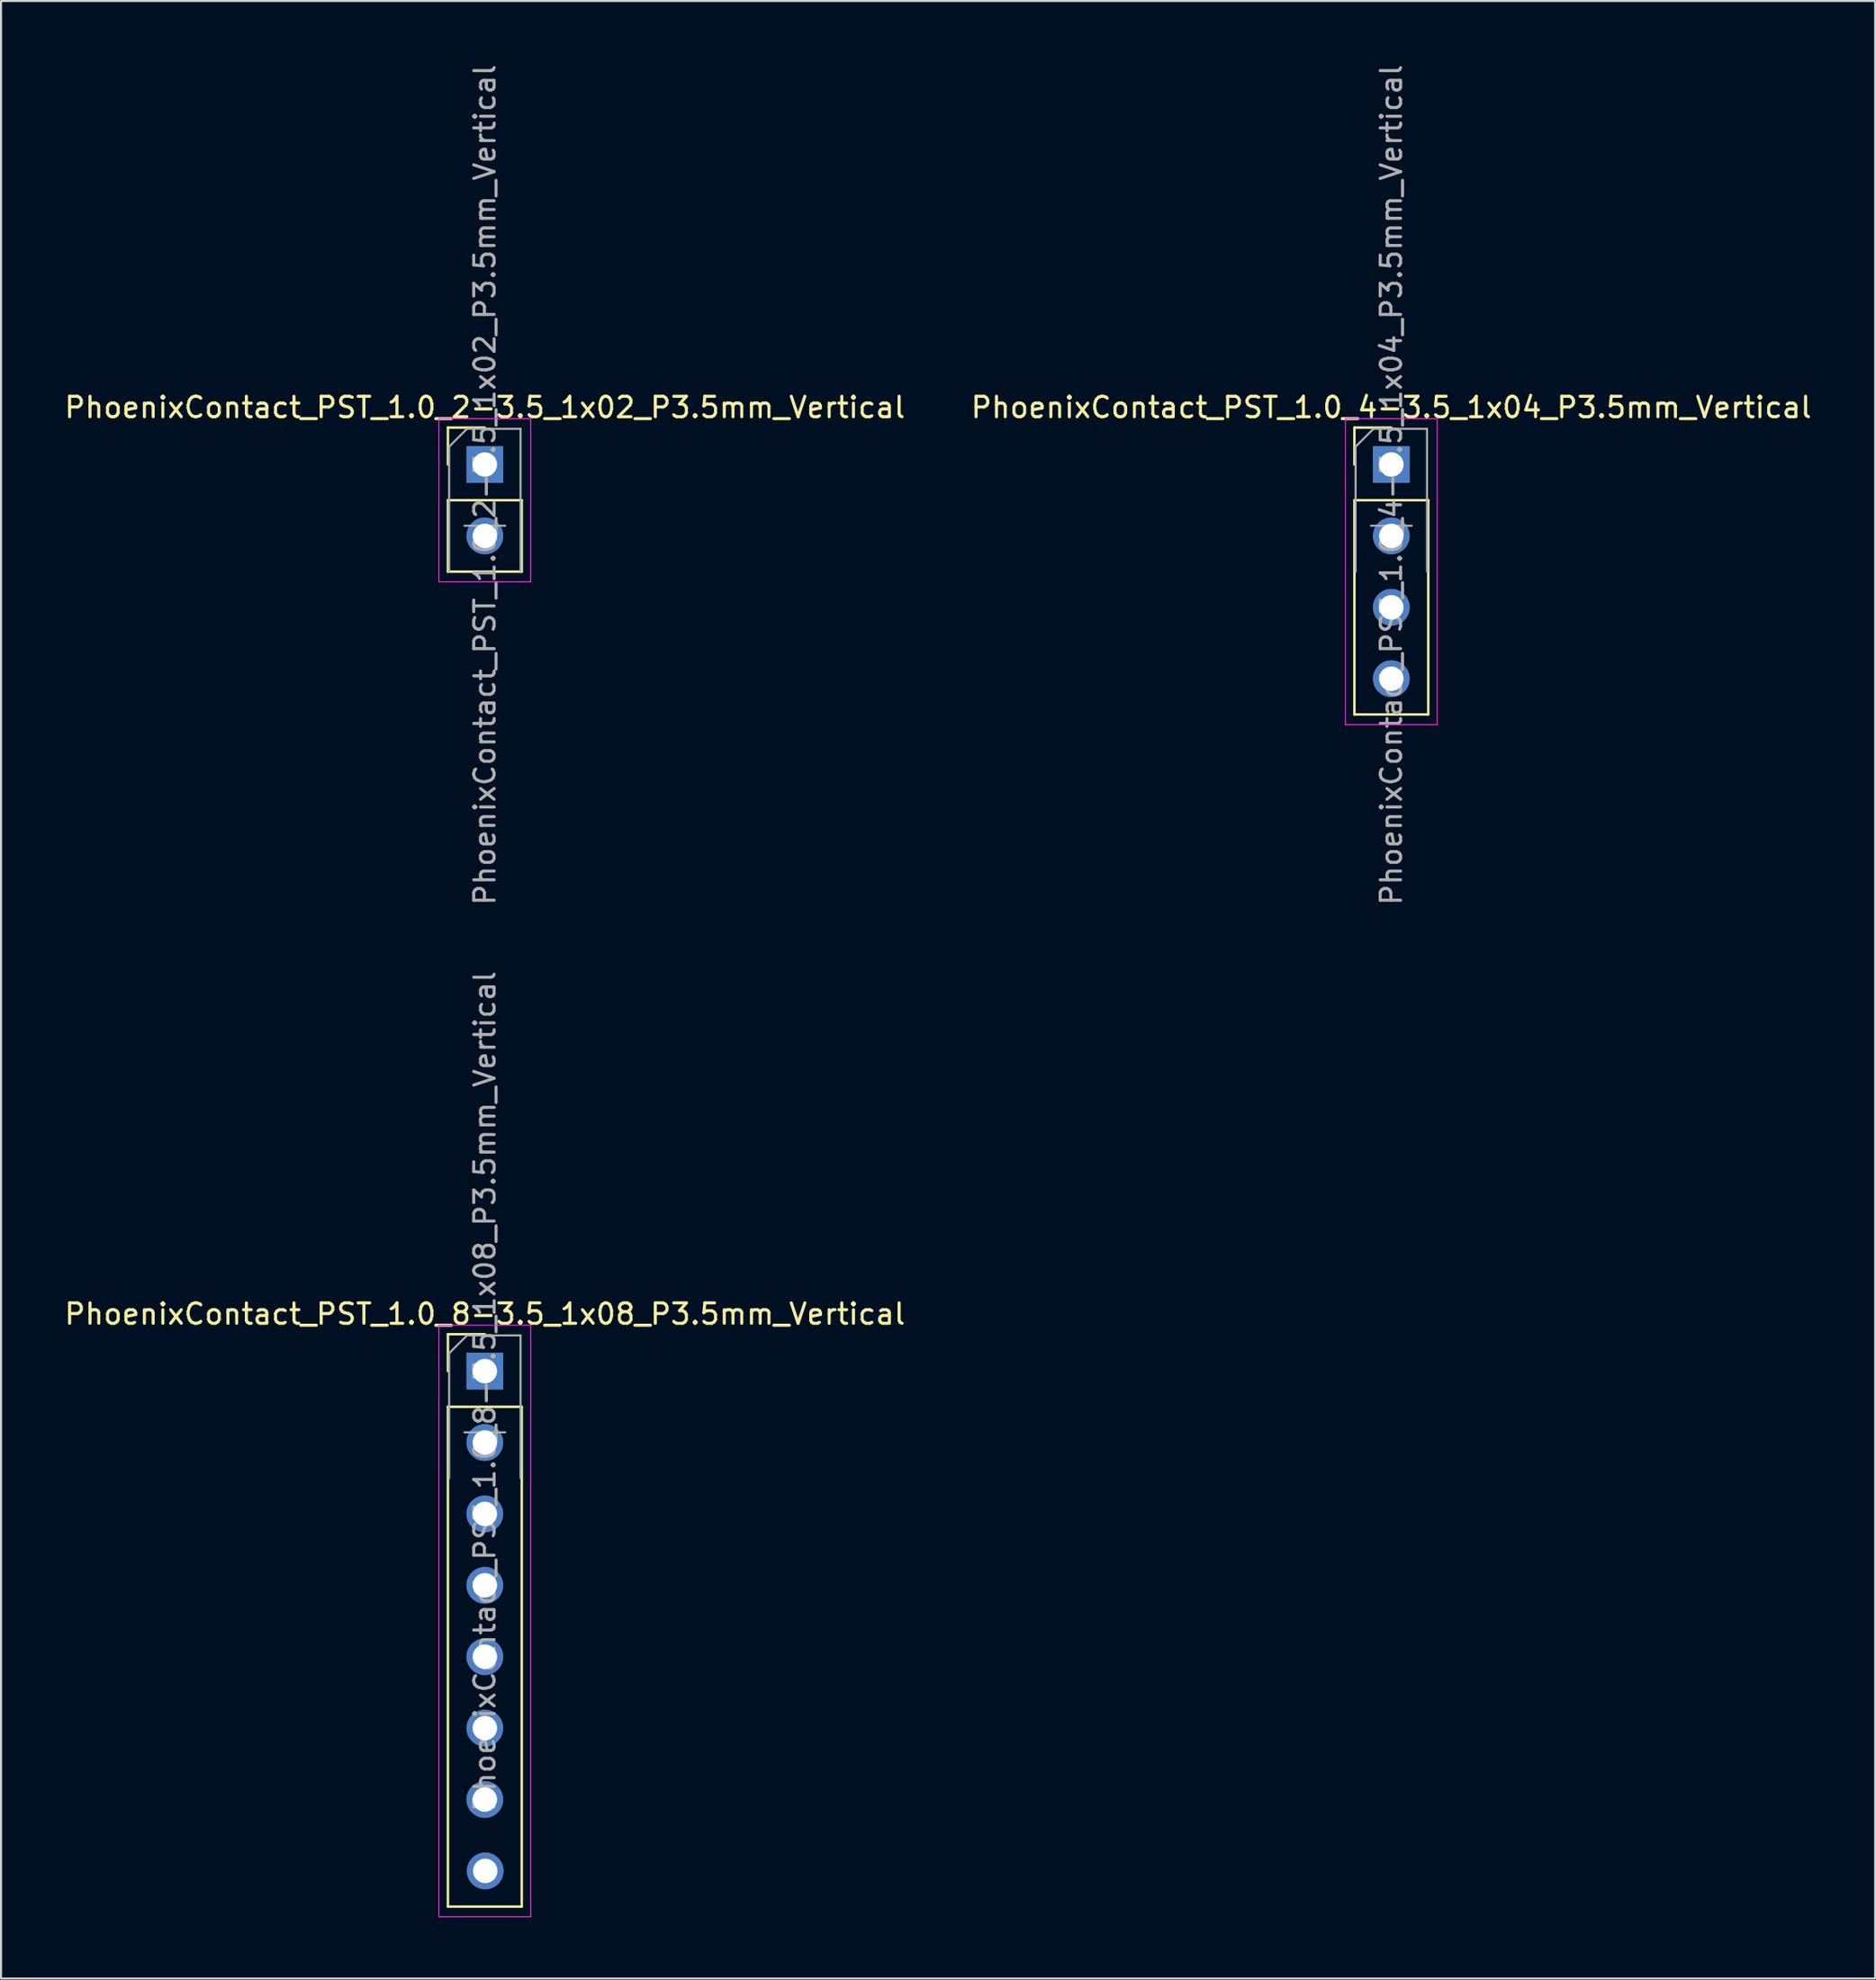
<source format=kicad_pcb>
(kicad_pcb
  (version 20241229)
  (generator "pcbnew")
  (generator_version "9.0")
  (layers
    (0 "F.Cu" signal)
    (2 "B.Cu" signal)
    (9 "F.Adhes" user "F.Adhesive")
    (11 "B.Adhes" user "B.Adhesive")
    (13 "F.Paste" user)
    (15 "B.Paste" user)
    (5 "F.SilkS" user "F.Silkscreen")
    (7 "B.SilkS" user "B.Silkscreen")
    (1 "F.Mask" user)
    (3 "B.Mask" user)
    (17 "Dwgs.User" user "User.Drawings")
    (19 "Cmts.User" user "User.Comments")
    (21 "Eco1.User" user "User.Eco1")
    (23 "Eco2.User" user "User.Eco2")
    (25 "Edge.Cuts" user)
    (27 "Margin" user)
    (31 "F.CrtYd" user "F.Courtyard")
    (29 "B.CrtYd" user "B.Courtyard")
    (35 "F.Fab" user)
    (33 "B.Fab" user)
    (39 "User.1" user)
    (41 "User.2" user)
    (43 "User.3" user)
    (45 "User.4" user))
  (footprint "PhoenixContact_PST_1.0_4-3.5_1x04_P3.5mm_Vertical"
    (layer "F.Cu")
    (at 65.161 19.72)
    (property "Reference" "PhoenixContact_PST_1.0_4-3.5_1x04_P3.5mm_Vertical" (at 0 -2.8 0) (layer "F.SilkS") (effects (font (size 1 1) (thickness 0.15))))
    (attr through_hole)
    (fp_line (start -1.81 -1.81) (end 0 -1.81) (stroke (width 0.12) (type solid)) (layer "F.SilkS"))
    (fp_line (start -1.81 0) (end -1.81 -1.81) (stroke (width 0.12) (type solid)) (layer "F.SilkS"))
    (fp_line (start -1.81 1.75) (end -1.81 12.25) (stroke (width 0.12) (type solid)) (layer "F.SilkS"))
    (fp_line (start -1.81 1.75) (end 1.81 1.75) (stroke (width 0.12) (type solid)) (layer "F.SilkS"))
    (fp_line (start -1.81 12.25) (end 1.81 12.25) (stroke (width 0.12) (type solid)) (layer "F.SilkS"))
    (fp_line (start 1.81 1.75) (end 1.81 12.25) (stroke (width 0.12) (type solid)) (layer "F.SilkS"))
    (fp_line (start -2.25 -2.25) (end -2.25 12.75) (stroke (width 0.05) (type solid)) (layer "F.CrtYd"))
    (fp_line (start -2.25 12.75) (end 2.25 12.75) (stroke (width 0.05) (type solid)) (layer "F.CrtYd"))
    (fp_line (start 2.25 -2.25) (end -2.25 -2.25) (stroke (width 0.05) (type solid)) (layer "F.CrtYd"))
    (fp_line (start 2.25 12.75) (end 2.25 -2.25) (stroke (width 0.05) (type solid)) (layer "F.CrtYd"))
    (fp_line (start -1.75 -0.875) (end -0.875 -1.75) (stroke (width 0.1) (type solid)) (layer "F.Fab"))
    (fp_line (start -1.75 5.25) (end -1.75 -0.875) (stroke (width 0.1) (type solid)) (layer "F.Fab"))
    (fp_line (start -0.875 -1.75) (end 1.75 -1.75) (stroke (width 0.1) (type solid)) (layer "F.Fab"))
    (fp_line (start 1 3) (end -1 3) (stroke (width 0.1) (type solid)) (layer "F.Fab"))
    (fp_line (start 1.75 -1.75) (end 1.75 5.25) (stroke (width 0.1) (type solid)) (layer "F.Fab"))
    (fp_text user "${REFERENCE}" (at 0 1 90) (layer "F.Fab") (effects (font (size 1 1) (thickness 0.15))))
    (pad "1" thru_hole rect (at 0 0) (size 1.8 1.8) (drill 1.2) (layers "*.Cu" "*.Mask"))
    (pad "2" thru_hole circle (at 0 3.5) (size 1.8 1.8) (drill 1.2) (layers "*.Cu" "*.Mask"))
    (pad "3" thru_hole circle (at 0 7) (size 1.8 1.8) (drill 1.2) (layers "*.Cu" "*.Mask"))
    (pad "4" thru_hole circle (at 0 10.5) (size 1.8 1.8) (drill 1.2) (layers "*.Cu" "*.Mask")))
  (footprint "PhoenixContact_PST_1.0_2-3.5_1x02_P3.5mm_Vertical"
    (layer "F.Cu")
    (at 20.72 19.72)
    (property "Reference" "PhoenixContact_PST_1.0_2-3.5_1x02_P3.5mm_Vertical" (at 0 -2.8 0) (layer "F.SilkS") (effects (font (size 1 1) (thickness 0.15))))
    (attr through_hole)
    (fp_line (start -1.81 -1.81) (end 0 -1.81) (stroke (width 0.12) (type solid)) (layer "F.SilkS"))
    (fp_line (start -1.81 0) (end -1.81 -1.81) (stroke (width 0.12) (type solid)) (layer "F.SilkS"))
    (fp_line (start -1.81 1.75) (end -1.81 5.25) (stroke (width 0.12) (type solid)) (layer "F.SilkS"))
    (fp_line (start -1.81 1.75) (end 1.81 1.75) (stroke (width 0.12) (type solid)) (layer "F.SilkS"))
    (fp_line (start -1.81 5.25) (end 1.81 5.25) (stroke (width 0.12) (type solid)) (layer "F.SilkS"))
    (fp_line (start 1.81 1.75) (end 1.81 5.25) (stroke (width 0.12) (type solid)) (layer "F.SilkS"))
    (fp_line (start -2.25 -2.25) (end -2.25 5.75) (stroke (width 0.05) (type solid)) (layer "F.CrtYd"))
    (fp_line (start -2.25 5.75) (end 2.25 5.75) (stroke (width 0.05) (type solid)) (layer "F.CrtYd"))
    (fp_line (start 2.25 -2.25) (end -2.25 -2.25) (stroke (width 0.05) (type solid)) (layer "F.CrtYd"))
    (fp_line (start 2.25 5.75) (end 2.25 -2.25) (stroke (width 0.05) (type solid)) (layer "F.CrtYd"))
    (fp_line (start -1.75 -0.875) (end -0.875 -1.75) (stroke (width 0.1) (type solid)) (layer "F.Fab"))
    (fp_line (start -1.75 5.25) (end -1.75 -0.875) (stroke (width 0.1) (type solid)) (layer "F.Fab"))
    (fp_line (start -0.875 -1.75) (end 1.75 -1.75) (stroke (width 0.1) (type solid)) (layer "F.Fab"))
    (fp_line (start 1 3) (end -1 3) (stroke (width 0.1) (type solid)) (layer "F.Fab"))
    (fp_line (start 1.75 -1.75) (end 1.75 5.25) (stroke (width 0.1) (type solid)) (layer "F.Fab"))
    (fp_text user "${REFERENCE}" (at 0 1 90) (layer "F.Fab") (effects (font (size 1 1) (thickness 0.15))))
    (pad "1" thru_hole rect (at 0 0) (size 1.8 1.8) (drill 1.2) (layers "*.Cu" "*.Mask"))
    (pad "2" thru_hole circle (at 0 3.5) (size 1.8 1.8) (drill 1.2) (layers "*.Cu" "*.Mask")))
  (footprint "PhoenixContact_PST_1.0_8-3.5_1x08_P3.5mm_Vertical"
    (layer "F.Cu")
    (at 20.72 64.161)
    (property "Reference" "PhoenixContact_PST_1.0_8-3.5_1x08_P3.5mm_Vertical" (at 0 -2.8 0) (layer "F.SilkS") (effects (font (size 1 1) (thickness 0.15))))
    (attr through_hole)
    (fp_line (start -1.81 -1.81) (end 0 -1.81) (stroke (width 0.12) (type solid)) (layer "F.SilkS"))
    (fp_line (start -1.81 0) (end -1.81 -1.81) (stroke (width 0.12) (type solid)) (layer "F.SilkS"))
    (fp_line (start -1.81 1.75) (end -1.81 26.25) (stroke (width 0.12) (type solid)) (layer "F.SilkS"))
    (fp_line (start -1.81 1.75) (end 1.81 1.75) (stroke (width 0.12) (type solid)) (layer "F.SilkS"))
    (fp_line (start -1.81 26.25) (end 1.81 26.25) (stroke (width 0.12) (type solid)) (layer "F.SilkS"))
    (fp_line (start 1.81 1.75) (end 1.81 26.25) (stroke (width 0.12) (type solid)) (layer "F.SilkS"))
    (fp_line (start -2.25 -2.25) (end -2.25 26.75) (stroke (width 0.05) (type solid)) (layer "F.CrtYd"))
    (fp_line (start -2.25 26.75) (end 2.25 26.75) (stroke (width 0.05) (type solid)) (layer "F.CrtYd"))
    (fp_line (start 2.25 -2.25) (end -2.25 -2.25) (stroke (width 0.05) (type solid)) (layer "F.CrtYd"))
    (fp_line (start 2.25 26.75) (end 2.25 -2.25) (stroke (width 0.05) (type solid)) (layer "F.CrtYd"))
    (fp_line (start -1.75 -0.875) (end -0.875 -1.75) (stroke (width 0.1) (type solid)) (layer "F.Fab"))
    (fp_line (start -1.75 5.25) (end -1.75 -0.875) (stroke (width 0.1) (type solid)) (layer "F.Fab"))
    (fp_line (start -0.875 -1.75) (end 1.75 -1.75) (stroke (width 0.1) (type solid)) (layer "F.Fab"))
    (fp_line (start 1 3) (end -1 3) (stroke (width 0.1) (type solid)) (layer "F.Fab"))
    (fp_line (start 1.75 -1.75) (end 1.75 5.25) (stroke (width 0.1) (type solid)) (layer "F.Fab"))
    (fp_text user "${REFERENCE}" (at 0 1 90) (layer "F.Fab") (effects (font (size 1 1) (thickness 0.15))))
    (pad "1" thru_hole rect (at 0 0) (size 1.8 1.8) (drill 1.2) (layers "*.Cu" "*.Mask"))
    (pad "2" thru_hole circle (at 0 3.5) (size 1.8 1.8) (drill 1.2) (layers "*.Cu" "*.Mask"))
    (pad "3" thru_hole circle (at 0 7) (size 1.8 1.8) (drill 1.2) (layers "*.Cu" "*.Mask"))
    (pad "4" thru_hole circle (at 0 10.5) (size 1.8 1.8) (drill 1.2) (layers "*.Cu" "*.Mask"))
    (pad "5" thru_hole circle (at 0 14) (size 1.8 1.8) (drill 1.2) (layers "*.Cu" "*.Mask"))
    (pad "6" thru_hole circle (at 0 17.5) (size 1.8 1.8) (drill 1.2) (layers "*.Cu" "*.Mask"))
    (pad "7" thru_hole circle (at 0 21) (size 1.8 1.8) (drill 1.2) (layers "*.Cu" "*.Mask"))
    (pad "8" thru_hole circle (at 0.019 24.5) (size 1.8 1.8) (drill 1.2) (layers "*.Cu" "*.Mask")))
  (gr_rect
    (start -3 -3)
    (end 88.881 93.936)
    (stroke (width 0.1) (type default))
    (fill no)
    (layer "Edge.Cuts")))
</source>
